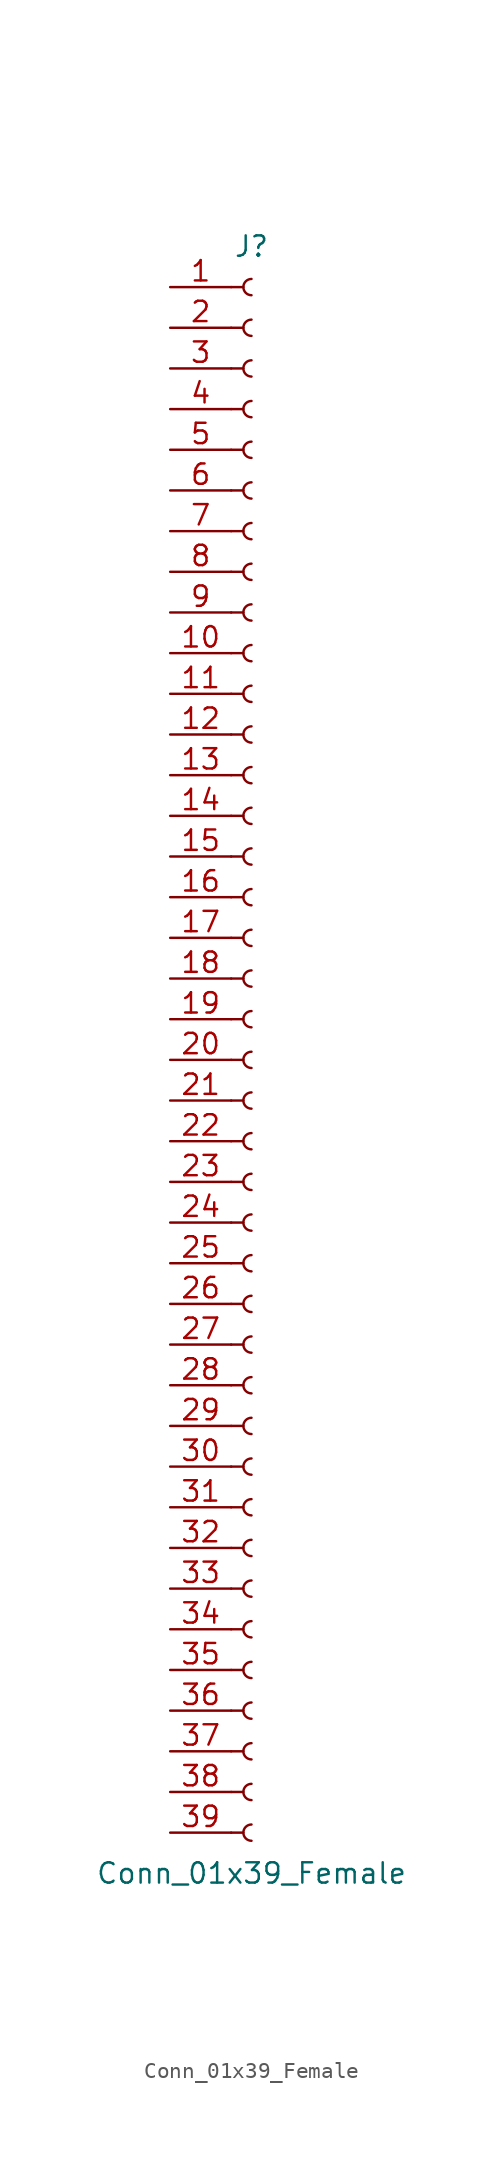
<source format=kicad_sym>
(kicad_symbol_lib
  (version 20201005)
  (generator kicad_symbol_editor)
  (symbol "Conn_01x39_Female"
    (pin_names
      (offset 1.016) hide)
    (property "Reference" "J"
      (at 0 50.8 0)
      (effects (font (size 1.27 1.27))))
    (property "Value" "Conn_01x39_Female"
      (at 0 -50.8 0)
      (effects (font (size 1.27 1.27))))
    (symbol "Conn_01x39_Female_1_1"
      (arc (start 0 -47.752) (end 0 -48.768) (radius (at 0 -48.26) (length 0.508) (angles 90.1 -90.1)) (stroke (width 0.1524)) (fill (type none)))
      (arc (start 0 -45.212) (end 0 -46.228) (radius (at 0 -45.72) (length 0.508) (angles 90.1 -90.1)) (stroke (width 0.1524)) (fill (type none)))
      (arc (start 0 -42.672) (end 0 -43.688) (radius (at 0 -43.18) (length 0.508) (angles 90.1 -90.1)) (stroke (width 0.1524)) (fill (type none)))
      (arc (start 0 -40.132) (end 0 -41.148) (radius (at 0 -40.64) (length 0.508) (angles 90.1 -90.1)) (stroke (width 0.1524)) (fill (type none)))
      (arc (start 0 -37.592) (end 0 -38.608) (radius (at 0 -38.1) (length 0.508) (angles 90.1 -90.1)) (stroke (width 0.1524)) (fill (type none)))
      (arc (start 0 -35.052) (end 0 -36.068) (radius (at 0 -35.56) (length 0.508) (angles 90.1 -90.1)) (stroke (width 0.1524)) (fill (type none)))
      (arc (start 0 -32.512) (end 0 -33.528) (radius (at 0 -33.02) (length 0.508) (angles 90.1 -90.1)) (stroke (width 0.1524)) (fill (type none)))
      (arc (start 0 -29.972) (end 0 -30.988) (radius (at 0 -30.48) (length 0.508) (angles 90.1 -90.1)) (stroke (width 0.1524)) (fill (type none)))
      (arc (start 0 -27.432) (end 0 -28.448) (radius (at 0 -27.94) (length 0.508) (angles 90.1 -90.1)) (stroke (width 0.1524)) (fill (type none)))
      (arc (start 0 -24.892) (end 0 -25.908) (radius (at 0 -25.4) (length 0.508) (angles 90.1 -90.1)) (stroke (width 0.1524)) (fill (type none)))
      (arc (start 0 -22.352) (end 0 -23.368) (radius (at 0 -22.86) (length 0.508) (angles 90.1 -90.1)) (stroke (width 0.1524)) (fill (type none)))
      (arc (start 0 -19.812) (end 0 -20.828) (radius (at 0 -20.32) (length 0.508) (angles 90.1 -90.1)) (stroke (width 0.1524)) (fill (type none)))
      (arc (start 0 -17.272) (end 0 -18.288) (radius (at 0 -17.78) (length 0.508) (angles 90.1 -90.1)) (stroke (width 0.1524)) (fill (type none)))
      (arc (start 0 -14.732) (end 0 -15.748) (radius (at 0 -15.24) (length 0.508) (angles 90.1 -90.1)) (stroke (width 0.1524)) (fill (type none)))
      (arc (start 0 -12.192) (end 0 -13.208) (radius (at 0 -12.7) (length 0.508) (angles 90.1 -90.1)) (stroke (width 0.1524)) (fill (type none)))
      (arc (start 0 -9.652) (end 0 -10.668) (radius (at 0 -10.16) (length 0.508) (angles 90.1 -90.1)) (stroke (width 0.1524)) (fill (type none)))
      (arc (start 0 -7.112) (end 0 -8.128) (radius (at 0 -7.62) (length 0.508) (angles 90.1 -90.1)) (stroke (width 0.1524)) (fill (type none)))
      (arc (start 0 -4.572) (end 0 -5.588) (radius (at 0 -5.08) (length 0.508) (angles 90.1 -90.1)) (stroke (width 0.1524)) (fill (type none)))
      (arc (start 0 -2.032) (end 0 -3.048) (radius (at 0 -2.54) (length 0.508) (angles 90.1 -90.1)) (stroke (width 0.1524)) (fill (type none)))
      (arc (start 0 0.508) (end 0 -0.508) (radius (at 0 0) (length 0.508) (angles 90.1 -90.1)) (stroke (width 0.1524)) (fill (type none)))
      (arc (start 0 3.048) (end 0 2.032) (radius (at 0 2.54) (length 0.508) (angles 90.1 -90.1)) (stroke (width 0.1524)) (fill (type none)))
      (arc (start 0 5.588) (end 0 4.572) (radius (at 0 5.08) (length 0.508) (angles 90.1 -90.1)) (stroke (width 0.1524)) (fill (type none)))
      (arc (start 0 8.128) (end 0 7.112) (radius (at 0 7.62) (length 0.508) (angles 90.1 -90.1)) (stroke (width 0.1524)) (fill (type none)))
      (arc (start 0 10.668) (end 0 9.652) (radius (at 0 10.16) (length 0.508) (angles 90.1 -90.1)) (stroke (width 0.1524)) (fill (type none)))
      (arc (start 0 13.208) (end 0 12.192) (radius (at 0 12.7) (length 0.508) (angles 90.1 -90.1)) (stroke (width 0.1524)) (fill (type none)))
      (arc (start 0 15.748) (end 0 14.732) (radius (at 0 15.24) (length 0.508) (angles 90.1 -90.1)) (stroke (width 0.1524)) (fill (type none)))
      (arc (start 0 18.288) (end 0 17.272) (radius (at 0 17.78) (length 0.508) (angles 90.1 -90.1)) (stroke (width 0.1524)) (fill (type none)))
      (arc (start 0 20.828) (end 0 19.812) (radius (at 0 20.32) (length 0.508) (angles 90.1 -90.1)) (stroke (width 0.1524)) (fill (type none)))
      (arc (start 0 23.368) (end 0 22.352) (radius (at 0 22.86) (length 0.508) (angles 90.1 -90.1)) (stroke (width 0.1524)) (fill (type none)))
      (arc (start 0 25.908) (end 0 24.892) (radius (at 0 25.4) (length 0.508) (angles 90.1 -90.1)) (stroke (width 0.1524)) (fill (type none)))
      (arc (start 0 28.448) (end 0 27.432) (radius (at 0 27.94) (length 0.508) (angles 90.1 -90.1)) (stroke (width 0.1524)) (fill (type none)))
      (arc (start 0 30.988) (end 0 29.972) (radius (at 0 30.48) (length 0.508) (angles 90.1 -90.1)) (stroke (width 0.1524)) (fill (type none)))
      (arc (start 0 33.528) (end 0 32.512) (radius (at 0 33.02) (length 0.508) (angles 90.1 -90.1)) (stroke (width 0.1524)) (fill (type none)))
      (arc (start 0 36.068) (end 0 35.052) (radius (at 0 35.56) (length 0.508) (angles 90.1 -90.1)) (stroke (width 0.1524)) (fill (type none)))
      (arc (start 0 38.608) (end 0 37.592) (radius (at 0 38.1) (length 0.508) (angles 90.1 -90.1)) (stroke (width 0.1524)) (fill (type none)))
      (arc (start 0 41.148) (end 0 40.132) (radius (at 0 40.64) (length 0.508) (angles 90.1 -90.1)) (stroke (width 0.1524)) (fill (type none)))
      (arc (start 0 43.688) (end 0 42.672) (radius (at 0 43.18) (length 0.508) (angles 90.1 -90.1)) (stroke (width 0.1524)) (fill (type none)))
      (arc (start 0 46.228) (end 0 45.212) (radius (at 0 45.72) (length 0.508) (angles 90.1 -90.1)) (stroke (width 0.1524)) (fill (type none)))
      (arc (start 0 48.768) (end 0 47.752) (radius (at 0 48.26) (length 0.508) (angles 90.1 -90.1)) (stroke (width 0.1524)) (fill (type none)))
      (polyline (pts (xy -1.27 -48.26) (xy -0.508 -48.26)) (stroke (width 0.152)) (fill (type none)))
      (polyline (pts (xy -1.27 -45.72) (xy -0.508 -45.72)) (stroke (width 0.152)) (fill (type none)))
      (polyline (pts (xy -1.27 -43.18) (xy -0.508 -43.18)) (stroke (width 0.152)) (fill (type none)))
      (polyline (pts (xy -1.27 -40.64) (xy -0.508 -40.64)) (stroke (width 0.152)) (fill (type none)))
      (polyline (pts (xy -1.27 -38.1) (xy -0.508 -38.1)) (stroke (width 0.152)) (fill (type none)))
      (polyline (pts (xy -1.27 -35.56) (xy -0.508 -35.56)) (stroke (width 0.152)) (fill (type none)))
      (polyline (pts (xy -1.27 -33.02) (xy -0.508 -33.02)) (stroke (width 0.152)) (fill (type none)))
      (polyline (pts (xy -1.27 -30.48) (xy -0.508 -30.48)) (stroke (width 0.152)) (fill (type none)))
      (polyline (pts (xy -1.27 -27.94) (xy -0.508 -27.94)) (stroke (width 0.152)) (fill (type none)))
      (polyline (pts (xy -1.27 -25.4) (xy -0.508 -25.4)) (stroke (width 0.152)) (fill (type none)))
      (polyline (pts (xy -1.27 -22.86) (xy -0.508 -22.86)) (stroke (width 0.152)) (fill (type none)))
      (polyline (pts (xy -1.27 -20.32) (xy -0.508 -20.32)) (stroke (width 0.152)) (fill (type none)))
      (polyline (pts (xy -1.27 -17.78) (xy -0.508 -17.78)) (stroke (width 0.152)) (fill (type none)))
      (polyline (pts (xy -1.27 -15.24) (xy -0.508 -15.24)) (stroke (width 0.152)) (fill (type none)))
      (polyline (pts (xy -1.27 -12.7) (xy -0.508 -12.7)) (stroke (width 0.152)) (fill (type none)))
      (polyline (pts (xy -1.27 -10.16) (xy -0.508 -10.16)) (stroke (width 0.152)) (fill (type none)))
      (polyline (pts (xy -1.27 -7.62) (xy -0.508 -7.62)) (stroke (width 0.152)) (fill (type none)))
      (polyline (pts (xy -1.27 -5.08) (xy -0.508 -5.08)) (stroke (width 0.152)) (fill (type none)))
      (polyline (pts (xy -1.27 -2.54) (xy -0.508 -2.54)) (stroke (width 0.152)) (fill (type none)))
      (polyline (pts (xy -1.27 0) (xy -0.508 0)) (stroke (width 0.152)) (fill (type none)))
      (polyline (pts (xy -1.27 2.54) (xy -0.508 2.54)) (stroke (width 0.152)) (fill (type none)))
      (polyline (pts (xy -1.27 5.08) (xy -0.508 5.08)) (stroke (width 0.152)) (fill (type none)))
      (polyline (pts (xy -1.27 7.62) (xy -0.508 7.62)) (stroke (width 0.152)) (fill (type none)))
      (polyline (pts (xy -1.27 10.16) (xy -0.508 10.16)) (stroke (width 0.152)) (fill (type none)))
      (polyline (pts (xy -1.27 12.7) (xy -0.508 12.7)) (stroke (width 0.152)) (fill (type none)))
      (polyline (pts (xy -1.27 15.24) (xy -0.508 15.24)) (stroke (width 0.152)) (fill (type none)))
      (polyline (pts (xy -1.27 17.78) (xy -0.508 17.78)) (stroke (width 0.152)) (fill (type none)))
      (polyline (pts (xy -1.27 20.32) (xy -0.508 20.32)) (stroke (width 0.152)) (fill (type none)))
      (polyline (pts (xy -1.27 22.86) (xy -0.508 22.86)) (stroke (width 0.152)) (fill (type none)))
      (polyline (pts (xy -1.27 25.4) (xy -0.508 25.4)) (stroke (width 0.152)) (fill (type none)))
      (polyline (pts (xy -1.27 27.94) (xy -0.508 27.94)) (stroke (width 0.152)) (fill (type none)))
      (polyline (pts (xy -1.27 30.48) (xy -0.508 30.48)) (stroke (width 0.152)) (fill (type none)))
      (polyline (pts (xy -1.27 33.02) (xy -0.508 33.02)) (stroke (width 0.152)) (fill (type none)))
      (polyline (pts (xy -1.27 35.56) (xy -0.508 35.56)) (stroke (width 0.152)) (fill (type none)))
      (polyline (pts (xy -1.27 38.1) (xy -0.508 38.1)) (stroke (width 0.152)) (fill (type none)))
      (polyline (pts (xy -1.27 40.64) (xy -0.508 40.64)) (stroke (width 0.152)) (fill (type none)))
      (polyline (pts (xy -1.27 43.18) (xy -0.508 43.18)) (stroke (width 0.152)) (fill (type none)))
      (polyline (pts (xy -1.27 45.72) (xy -0.508 45.72)) (stroke (width 0.152)) (fill (type none)))
      (polyline (pts (xy -1.27 48.26) (xy -0.508 48.26)) (stroke (width 0.152)) (fill (type none)))
      (pin passive line (at -5.08 48.26 0) (length 3.81) (name "Pin_1" (effects (font (size 1.27 1.27)))) (number "1" (effects (font (size 1.27 1.27)))))
      (pin passive line (at -5.08 25.4 0) (length 3.81) (name "Pin_10" (effects (font (size 1.27 1.27)))) (number "10" (effects (font (size 1.27 1.27)))))
      (pin passive line (at -5.08 22.86 0) (length 3.81) (name "Pin_11" (effects (font (size 1.27 1.27)))) (number "11" (effects (font (size 1.27 1.27)))))
      (pin passive line (at -5.08 20.32 0) (length 3.81) (name "Pin_12" (effects (font (size 1.27 1.27)))) (number "12" (effects (font (size 1.27 1.27)))))
      (pin passive line (at -5.08 17.78 0) (length 3.81) (name "Pin_13" (effects (font (size 1.27 1.27)))) (number "13" (effects (font (size 1.27 1.27)))))
      (pin passive line (at -5.08 15.24 0) (length 3.81) (name "Pin_14" (effects (font (size 1.27 1.27)))) (number "14" (effects (font (size 1.27 1.27)))))
      (pin passive line (at -5.08 12.7 0) (length 3.81) (name "Pin_15" (effects (font (size 1.27 1.27)))) (number "15" (effects (font (size 1.27 1.27)))))
      (pin passive line (at -5.08 10.16 0) (length 3.81) (name "Pin_16" (effects (font (size 1.27 1.27)))) (number "16" (effects (font (size 1.27 1.27)))))
      (pin passive line (at -5.08 7.62 0) (length 3.81) (name "Pin_17" (effects (font (size 1.27 1.27)))) (number "17" (effects (font (size 1.27 1.27)))))
      (pin passive line (at -5.08 5.08 0) (length 3.81) (name "Pin_18" (effects (font (size 1.27 1.27)))) (number "18" (effects (font (size 1.27 1.27)))))
      (pin passive line (at -5.08 2.54 0) (length 3.81) (name "Pin_19" (effects (font (size 1.27 1.27)))) (number "19" (effects (font (size 1.27 1.27)))))
      (pin passive line (at -5.08 45.72 0) (length 3.81) (name "Pin_2" (effects (font (size 1.27 1.27)))) (number "2" (effects (font (size 1.27 1.27)))))
      (pin passive line (at -5.08 0 0) (length 3.81) (name "Pin_20" (effects (font (size 1.27 1.27)))) (number "20" (effects (font (size 1.27 1.27)))))
      (pin passive line (at -5.08 -2.54 0) (length 3.81) (name "Pin_21" (effects (font (size 1.27 1.27)))) (number "21" (effects (font (size 1.27 1.27)))))
      (pin passive line (at -5.08 -5.08 0) (length 3.81) (name "Pin_22" (effects (font (size 1.27 1.27)))) (number "22" (effects (font (size 1.27 1.27)))))
      (pin passive line (at -5.08 -7.62 0) (length 3.81) (name "Pin_23" (effects (font (size 1.27 1.27)))) (number "23" (effects (font (size 1.27 1.27)))))
      (pin passive line (at -5.08 -10.16 0) (length 3.81) (name "Pin_24" (effects (font (size 1.27 1.27)))) (number "24" (effects (font (size 1.27 1.27)))))
      (pin passive line (at -5.08 -12.7 0) (length 3.81) (name "Pin_25" (effects (font (size 1.27 1.27)))) (number "25" (effects (font (size 1.27 1.27)))))
      (pin passive line (at -5.08 -15.24 0) (length 3.81) (name "Pin_26" (effects (font (size 1.27 1.27)))) (number "26" (effects (font (size 1.27 1.27)))))
      (pin passive line (at -5.08 -17.78 0) (length 3.81) (name "Pin_27" (effects (font (size 1.27 1.27)))) (number "27" (effects (font (size 1.27 1.27)))))
      (pin passive line (at -5.08 -20.32 0) (length 3.81) (name "Pin_28" (effects (font (size 1.27 1.27)))) (number "28" (effects (font (size 1.27 1.27)))))
      (pin passive line (at -5.08 -22.86 0) (length 3.81) (name "Pin_29" (effects (font (size 1.27 1.27)))) (number "29" (effects (font (size 1.27 1.27)))))
      (pin passive line (at -5.08 43.18 0) (length 3.81) (name "Pin_3" (effects (font (size 1.27 1.27)))) (number "3" (effects (font (size 1.27 1.27)))))
      (pin passive line (at -5.08 -25.4 0) (length 3.81) (name "Pin_30" (effects (font (size 1.27 1.27)))) (number "30" (effects (font (size 1.27 1.27)))))
      (pin passive line (at -5.08 -27.94 0) (length 3.81) (name "Pin_31" (effects (font (size 1.27 1.27)))) (number "31" (effects (font (size 1.27 1.27)))))
      (pin passive line (at -5.08 -30.48 0) (length 3.81) (name "Pin_32" (effects (font (size 1.27 1.27)))) (number "32" (effects (font (size 1.27 1.27)))))
      (pin passive line (at -5.08 -33.02 0) (length 3.81) (name "Pin_33" (effects (font (size 1.27 1.27)))) (number "33" (effects (font (size 1.27 1.27)))))
      (pin passive line (at -5.08 -35.56 0) (length 3.81) (name "Pin_34" (effects (font (size 1.27 1.27)))) (number "34" (effects (font (size 1.27 1.27)))))
      (pin passive line (at -5.08 -38.1 0) (length 3.81) (name "Pin_35" (effects (font (size 1.27 1.27)))) (number "35" (effects (font (size 1.27 1.27)))))
      (pin passive line (at -5.08 -40.64 0) (length 3.81) (name "Pin_36" (effects (font (size 1.27 1.27)))) (number "36" (effects (font (size 1.27 1.27)))))
      (pin passive line (at -5.08 -43.18 0) (length 3.81) (name "Pin_37" (effects (font (size 1.27 1.27)))) (number "37" (effects (font (size 1.27 1.27)))))
      (pin passive line (at -5.08 -45.72 0) (length 3.81) (name "Pin_38" (effects (font (size 1.27 1.27)))) (number "38" (effects (font (size 1.27 1.27)))))
      (pin passive line (at -5.08 -48.26 0) (length 3.81) (name "Pin_39" (effects (font (size 1.27 1.27)))) (number "39" (effects (font (size 1.27 1.27)))))
      (pin passive line (at -5.08 40.64 0) (length 3.81) (name "Pin_4" (effects (font (size 1.27 1.27)))) (number "4" (effects (font (size 1.27 1.27)))))
      (pin passive line (at -5.08 38.1 0) (length 3.81) (name "Pin_5" (effects (font (size 1.27 1.27)))) (number "5" (effects (font (size 1.27 1.27)))))
      (pin passive line (at -5.08 35.56 0) (length 3.81) (name "Pin_6" (effects (font (size 1.27 1.27)))) (number "6" (effects (font (size 1.27 1.27)))))
      (pin passive line (at -5.08 33.02 0) (length 3.81) (name "Pin_7" (effects (font (size 1.27 1.27)))) (number "7" (effects (font (size 1.27 1.27)))))
      (pin passive line (at -5.08 30.48 0) (length 3.81) (name "Pin_8" (effects (font (size 1.27 1.27)))) (number "8" (effects (font (size 1.27 1.27)))))
      (pin passive line (at -5.08 27.94 0) (length 3.81) (name "Pin_9" (effects (font (size 1.27 1.27)))) (number "9" (effects (font (size 1.27 1.27))))))))
</source>
